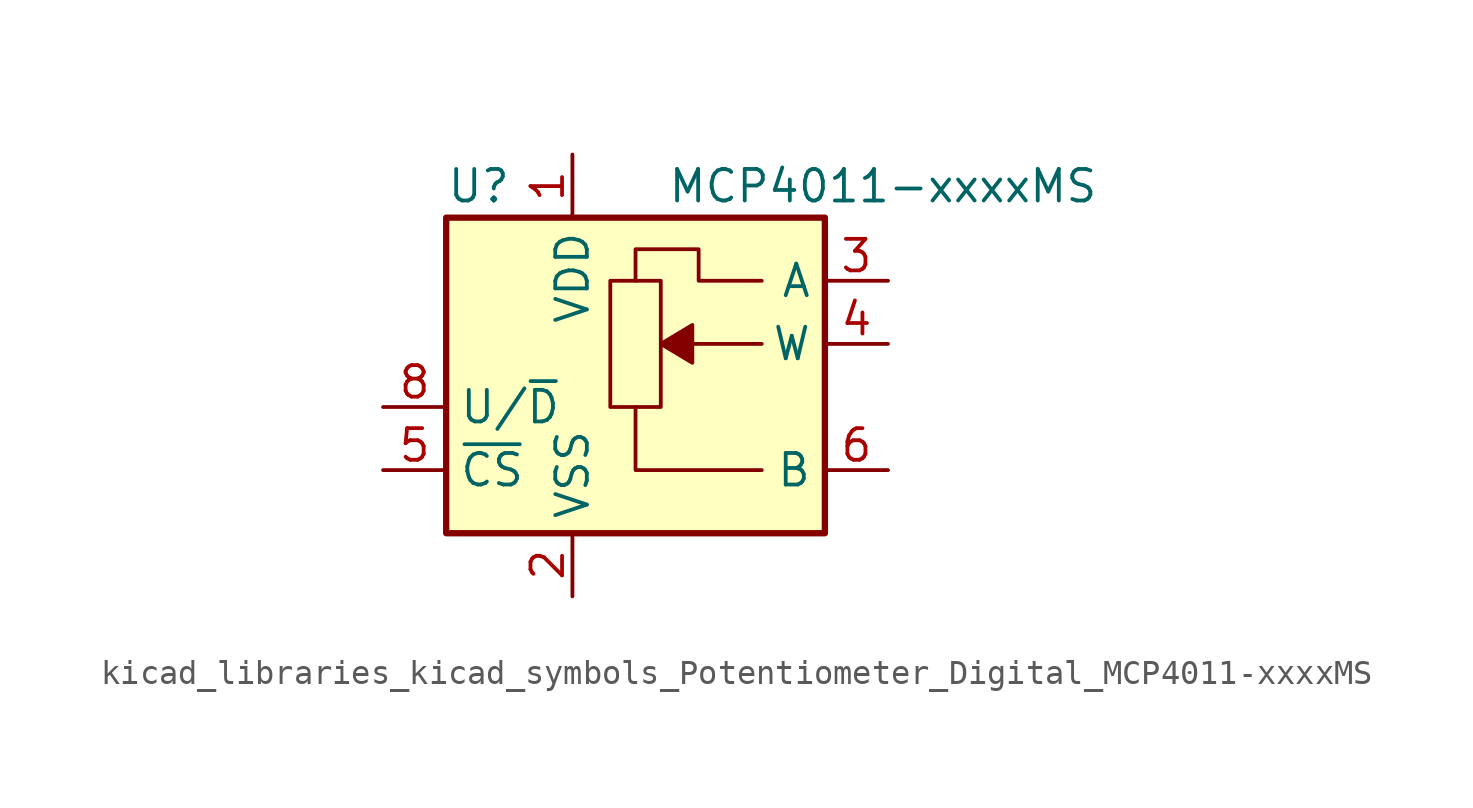
<source format=kicad_sym>
(kicad_symbol_lib
  (version 20220914)
  (generator kicad_symbol_editor)
  (symbol "kicad_libraries_kicad_symbols_Potentiometer_Digital_MCP4011-xxxxMS"
    (property "Reference" "U"
      (at -7.62 8.89 0)
      (effects (font (size 1.27 1.27)) (justify left)))
    (property "Value" "MCP4011-xxxxMS"
      (at 1.27 8.89 0)
      (effects (font (size 1.27 1.27)) (justify left)))
    (symbol "kicad_libraries_kicad_symbols_Potentiometer_Digital_MCP4011-xxxxMS_0_1"
      (polyline (pts (xy 0 0) (xy 0 -2.54) (xy 5.08 -2.54)) (stroke (width 0) (type default)) (fill (type none)))
      (polyline (pts (xy 5.08 2.54) (xy 3.81 2.54) (xy 1.27 2.54)) (stroke (width 0) (type default)) (fill (type none)))
      (polyline (pts (xy 5.08 5.08) (xy 2.54 5.08) (xy 2.54 6.35) (xy 0 6.35) (xy 0 5.08)) (stroke (width 0) (type default)) (fill (type none))))
    (symbol "kicad_libraries_kicad_symbols_Potentiometer_Digital_MCP4011-xxxxMS_1_1"
      (rectangle (start -7.62 7.62) (end 7.62 -5.08) (stroke (width 0.254) (type default)) (fill (type background)))
      (polyline (pts (xy 2.286 1.778) (xy 2.286 3.302) (xy 1.016 2.54) (xy 2.286 1.778)) (stroke (width 0) (type default)) (fill (type outline)))
      (rectangle (start 1.016 0) (end -1.016 5.08) (stroke (width 0) (type default)) (fill (type none)))
      (pin power_in line (at -2.54 10.16 270) (length 2.54) (name "VDD" (effects (font (size 1.27 1.27)))) (number "1" (effects (font (size 1.27 1.27)))))
      (pin power_in line (at -2.54 -7.62 90) (length 2.54) (name "VSS" (effects (font (size 1.27 1.27)))) (number "2" (effects (font (size 1.27 1.27)))))
      (pin passive line (at 10.16 5.08 180) (length 2.54) (name "A" (effects (font (size 1.27 1.27)))) (number "3" (effects (font (size 1.27 1.27)))))
      (pin passive line (at 10.16 2.54 180) (length 2.54) (name "W" (effects (font (size 1.27 1.27)))) (number "4" (effects (font (size 1.27 1.27)))))
      (pin input line (at -10.16 -2.54 0) (length 2.54) (name "~{CS}" (effects (font (size 1.27 1.27)))) (number "5" (effects (font (size 1.27 1.27)))))
      (pin passive line (at 10.16 -2.54 180) (length 2.54) (name "B" (effects (font (size 1.27 1.27)))) (number "6" (effects (font (size 1.27 1.27)))))
      (pin no_connect line (at -7.62 5.08 0) (length 2.54) hide (name "NC" (effects (font (size 1.27 1.27)))) (number "7" (effects (font (size 1.27 1.27)))))
      (pin input line (at -10.16 0 0) (length 2.54) (name "U/~{D}" (effects (font (size 1.27 1.27)))) (number "8" (effects (font (size 1.27 1.27))))))))
</source>
